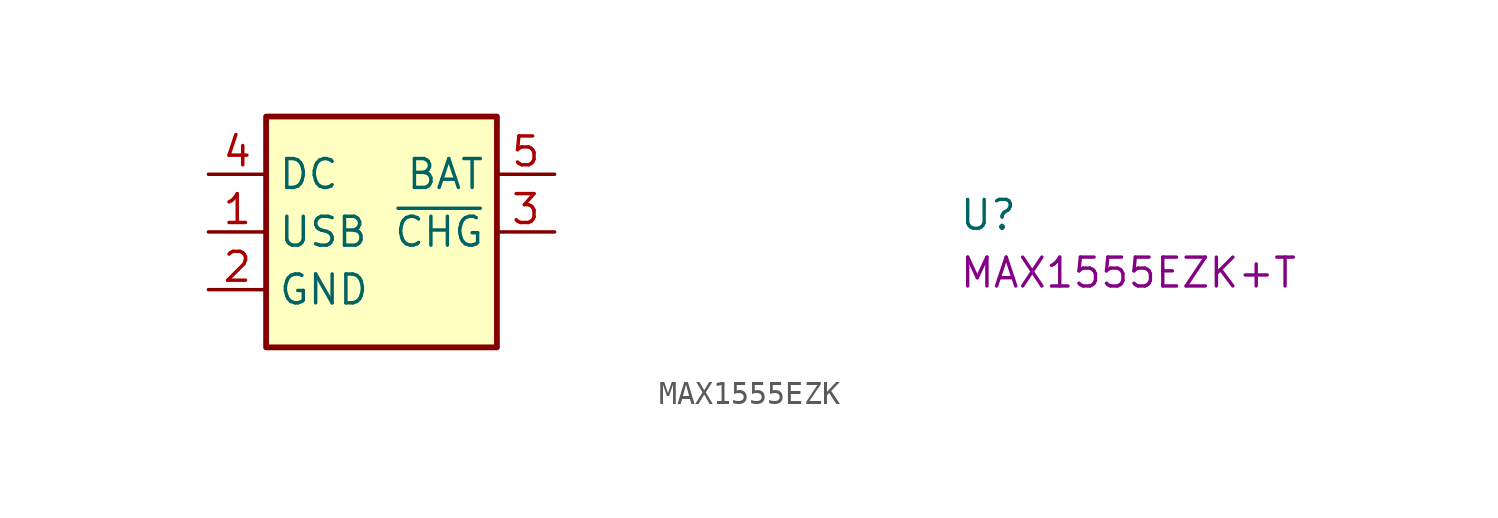
<source format=kicad_sym>
(kicad_symbol_lib
  (version 20220914)
  (generator kicad_symbol_editor)
  (symbol "MAX1555EZK"
    (property "Reference" "U"
      (at 33.02 -2.54 0)
      (effects (font (size 1.27 1.27) (thickness 0.15)) (justify left bottom)))
    (property "MPN" "MAX1555EZK+T"
      (at 33.02 -5.08 0)
      (effects (font (size 1.27 1.27) (thickness 0.15)) (justify left bottom)))
    (symbol "MAX1555EZK_1_1"
      (rectangle (start 2.54 2.54) (end 12.7 -7.62) (stroke (width 0.254) (type default)) (fill (type background)))
      (pin power_in line (at 0 -2.54 0) (length 2.54) (name "USB" (effects (font (size 1.27 1.27)))) (number "1" (effects (font (size 1.27 1.27)))))
      (pin power_in line (at 0 -5.08 0) (length 2.54) (name "GND" (effects (font (size 1.27 1.27)))) (number "2" (effects (font (size 1.27 1.27)))))
      (pin output line (at 15.24 -2.54 180) (length 2.54) (name "~{CHG}" (effects (font (size 1.27 1.27)))) (number "3" (effects (font (size 1.27 1.27)))))
      (pin power_in line (at 0 0 0) (length 2.54) (name "DC" (effects (font (size 1.27 1.27)))) (number "4" (effects (font (size 1.27 1.27)))))
      (pin power_out line (at 15.24 0 180) (length 2.54) (name "BAT" (effects (font (size 1.27 1.27)))) (number "5" (effects (font (size 1.27 1.27))))))))
</source>
